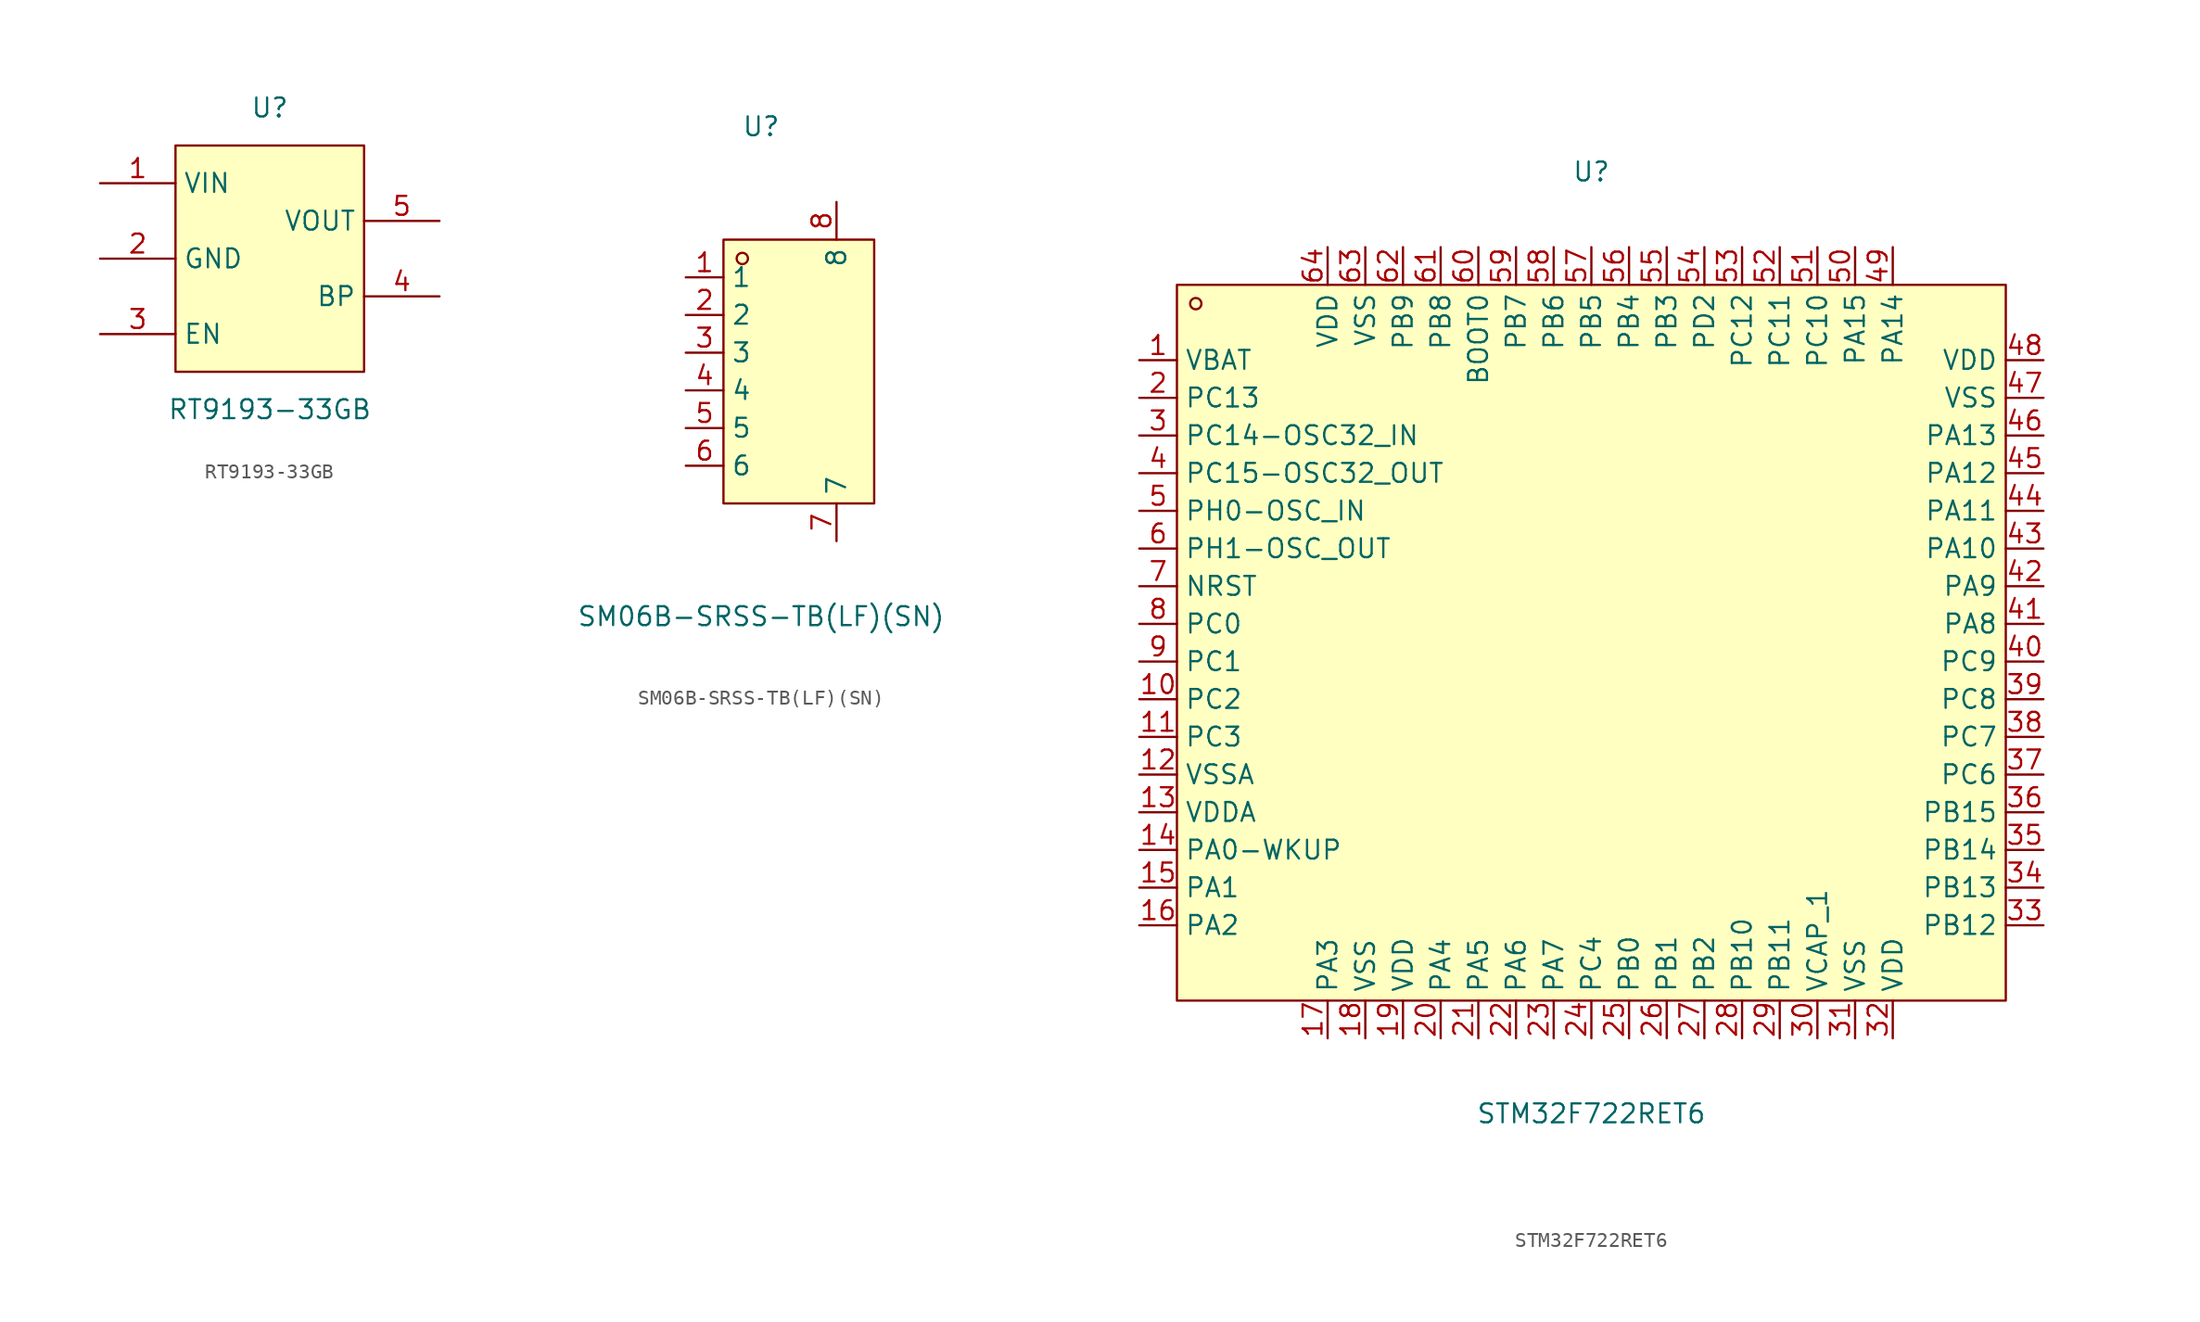
<source format=kicad_sym>
(kicad_symbol_lib
  (version 20241209)
  (generator "kicad_symbol_editor")
  (generator_version "9.0")
  (symbol "RT9193-33GB"
    (property "Reference" "U"
      (at 0 10.16 0)
      (effects (font (size 1.27 1.27))))
    (property "Value" "RT9193-33GB"
      (at 0 -10.16 0)
      (effects (font (size 1.27 1.27))))
    (symbol "RT9193-33GB_0_1"
      (rectangle (start -6.35 7.62) (end 6.35 -7.62) (stroke (width 0) (type default)) (fill (type background)))
      (pin unspecified line (at -11.43 5.08 0) (length 5.08) (name "VIN" (effects (font (size 1.27 1.27)))) (number "1" (effects (font (size 1.27 1.27)))))
      (pin unspecified line (at -11.43 0 0) (length 5.08) (name "GND" (effects (font (size 1.27 1.27)))) (number "2" (effects (font (size 1.27 1.27)))))
      (pin unspecified line (at -11.43 -5.08 0) (length 5.08) (name "EN" (effects (font (size 1.27 1.27)))) (number "3" (effects (font (size 1.27 1.27)))))
      (pin unspecified line (at 11.43 2.54 180) (length 5.08) (name "VOUT" (effects (font (size 1.27 1.27)))) (number "5" (effects (font (size 1.27 1.27)))))
      (pin unspecified line (at 11.43 -2.54 180) (length 5.08) (name "BP" (effects (font (size 1.27 1.27)))) (number "4" (effects (font (size 1.27 1.27)))))))
  (symbol "SM06B-SRSS-TB(LF)(SN)"
    (property "Reference" "U"
      (at 0 17.78 0)
      (effects (font (size 1.27 1.27))))
    (property "Value" "SM06B-SRSS-TB(LF)(SN)"
      (at 0 -15.24 0)
      (effects (font (size 1.27 1.27))))
    (symbol "SM06B-SRSS-TB(LF)(SN)_0_1"
      (rectangle (start -2.54 10.16) (end 7.62 -7.62) (stroke (width 0) (type default)) (fill (type background)))
      (circle (center -1.27 8.89) (radius 0.38) (stroke (width 0) (type default)) (fill (type none)))
      (pin unspecified line (at -5.08 7.62 0) (length 2.54) (name "1" (effects (font (size 1.27 1.27)))) (number "1" (effects (font (size 1.27 1.27)))))
      (pin unspecified line (at -5.08 5.08 0) (length 2.54) (name "2" (effects (font (size 1.27 1.27)))) (number "2" (effects (font (size 1.27 1.27)))))
      (pin unspecified line (at -5.08 2.54 0) (length 2.54) (name "3" (effects (font (size 1.27 1.27)))) (number "3" (effects (font (size 1.27 1.27)))))
      (pin unspecified line (at -5.08 0 0) (length 2.54) (name "4" (effects (font (size 1.27 1.27)))) (number "4" (effects (font (size 1.27 1.27)))))
      (pin unspecified line (at -5.08 -2.54 0) (length 2.54) (name "5" (effects (font (size 1.27 1.27)))) (number "5" (effects (font (size 1.27 1.27)))))
      (pin unspecified line (at -5.08 -5.08 0) (length 2.54) (name "6" (effects (font (size 1.27 1.27)))) (number "6" (effects (font (size 1.27 1.27)))))
      (pin unspecified line (at 5.08 12.7 270) (length 2.54) (name "8" (effects (font (size 1.27 1.27)))) (number "8" (effects (font (size 1.27 1.27)))))
      (pin unspecified line (at 5.08 -10.16 90) (length 2.54) (name "7" (effects (font (size 1.27 1.27)))) (number "7" (effects (font (size 1.27 1.27)))))))
  (symbol "STM32F722RET6"
    (property "Reference" "U"
      (at 0 33.02 0)
      (effects (font (size 1.27 1.27))))
    (property "Value" "STM32F722RET6"
      (at 0 -30.48 0)
      (effects (font (size 1.27 1.27))))
    (symbol "STM32F722RET6_0_1"
      (rectangle (start -27.94 25.4) (end 27.94 -22.86) (stroke (width 0) (type default)) (fill (type background)))
      (circle (center -26.67 24.13) (radius 0.38) (stroke (width 0) (type default)) (fill (type none)))
      (pin unspecified line (at -30.48 20.32 0) (length 2.54) (name "VBAT" (effects (font (size 1.27 1.27)))) (number "1" (effects (font (size 1.27 1.27)))))
      (pin unspecified line (at -30.48 17.78 0) (length 2.54) (name "PC13" (effects (font (size 1.27 1.27)))) (number "2" (effects (font (size 1.27 1.27)))))
      (pin unspecified line (at -30.48 15.24 0) (length 2.54) (name "PC14-OSC32_IN" (effects (font (size 1.27 1.27)))) (number "3" (effects (font (size 1.27 1.27)))))
      (pin unspecified line (at -30.48 12.7 0) (length 2.54) (name "PC15-OSC32_OUT" (effects (font (size 1.27 1.27)))) (number "4" (effects (font (size 1.27 1.27)))))
      (pin unspecified line (at -30.48 10.16 0) (length 2.54) (name "PH0-OSC_IN" (effects (font (size 1.27 1.27)))) (number "5" (effects (font (size 1.27 1.27)))))
      (pin unspecified line (at -30.48 7.62 0) (length 2.54) (name "PH1-OSC_OUT" (effects (font (size 1.27 1.27)))) (number "6" (effects (font (size 1.27 1.27)))))
      (pin unspecified line (at -30.48 5.08 0) (length 2.54) (name "NRST" (effects (font (size 1.27 1.27)))) (number "7" (effects (font (size 1.27 1.27)))))
      (pin unspecified line (at -30.48 2.54 0) (length 2.54) (name "PC0" (effects (font (size 1.27 1.27)))) (number "8" (effects (font (size 1.27 1.27)))))
      (pin unspecified line (at -30.48 0 0) (length 2.54) (name "PC1" (effects (font (size 1.27 1.27)))) (number "9" (effects (font (size 1.27 1.27)))))
      (pin unspecified line (at -30.48 -2.54 0) (length 2.54) (name "PC2" (effects (font (size 1.27 1.27)))) (number "10" (effects (font (size 1.27 1.27)))))
      (pin unspecified line (at -30.48 -5.08 0) (length 2.54) (name "PC3" (effects (font (size 1.27 1.27)))) (number "11" (effects (font (size 1.27 1.27)))))
      (pin unspecified line (at -30.48 -7.62 0) (length 2.54) (name "VSSA" (effects (font (size 1.27 1.27)))) (number "12" (effects (font (size 1.27 1.27)))))
      (pin unspecified line (at -30.48 -10.16 0) (length 2.54) (name "VDDA" (effects (font (size 1.27 1.27)))) (number "13" (effects (font (size 1.27 1.27)))))
      (pin unspecified line (at -30.48 -12.7 0) (length 2.54) (name "PA0-WKUP" (effects (font (size 1.27 1.27)))) (number "14" (effects (font (size 1.27 1.27)))))
      (pin unspecified line (at -30.48 -15.24 0) (length 2.54) (name "PA1" (effects (font (size 1.27 1.27)))) (number "15" (effects (font (size 1.27 1.27)))))
      (pin unspecified line (at -30.48 -17.78 0) (length 2.54) (name "PA2" (effects (font (size 1.27 1.27)))) (number "16" (effects (font (size 1.27 1.27)))))
      (pin unspecified line (at -17.78 27.94 270) (length 2.54) (name "VDD" (effects (font (size 1.27 1.27)))) (number "64" (effects (font (size 1.27 1.27)))))
      (pin unspecified line (at -17.78 -25.4 90) (length 2.54) (name "PA3" (effects (font (size 1.27 1.27)))) (number "17" (effects (font (size 1.27 1.27)))))
      (pin unspecified line (at -15.24 27.94 270) (length 2.54) (name "VSS" (effects (font (size 1.27 1.27)))) (number "63" (effects (font (size 1.27 1.27)))))
      (pin unspecified line (at -15.24 -25.4 90) (length 2.54) (name "VSS" (effects (font (size 1.27 1.27)))) (number "18" (effects (font (size 1.27 1.27)))))
      (pin unspecified line (at -12.7 27.94 270) (length 2.54) (name "PB9" (effects (font (size 1.27 1.27)))) (number "62" (effects (font (size 1.27 1.27)))))
      (pin unspecified line (at -12.7 -25.4 90) (length 2.54) (name "VDD" (effects (font (size 1.27 1.27)))) (number "19" (effects (font (size 1.27 1.27)))))
      (pin unspecified line (at -10.16 27.94 270) (length 2.54) (name "PB8" (effects (font (size 1.27 1.27)))) (number "61" (effects (font (size 1.27 1.27)))))
      (pin unspecified line (at -10.16 -25.4 90) (length 2.54) (name "PA4" (effects (font (size 1.27 1.27)))) (number "20" (effects (font (size 1.27 1.27)))))
      (pin unspecified line (at -7.62 27.94 270) (length 2.54) (name "BOOT0" (effects (font (size 1.27 1.27)))) (number "60" (effects (font (size 1.27 1.27)))))
      (pin unspecified line (at -7.62 -25.4 90) (length 2.54) (name "PA5" (effects (font (size 1.27 1.27)))) (number "21" (effects (font (size 1.27 1.27)))))
      (pin unspecified line (at -5.08 27.94 270) (length 2.54) (name "PB7" (effects (font (size 1.27 1.27)))) (number "59" (effects (font (size 1.27 1.27)))))
      (pin unspecified line (at -5.08 -25.4 90) (length 2.54) (name "PA6" (effects (font (size 1.27 1.27)))) (number "22" (effects (font (size 1.27 1.27)))))
      (pin unspecified line (at -2.54 27.94 270) (length 2.54) (name "PB6" (effects (font (size 1.27 1.27)))) (number "58" (effects (font (size 1.27 1.27)))))
      (pin unspecified line (at -2.54 -25.4 90) (length 2.54) (name "PA7" (effects (font (size 1.27 1.27)))) (number "23" (effects (font (size 1.27 1.27)))))
      (pin unspecified line (at 0 27.94 270) (length 2.54) (name "PB5" (effects (font (size 1.27 1.27)))) (number "57" (effects (font (size 1.27 1.27)))))
      (pin unspecified line (at 0 -25.4 90) (length 2.54) (name "PC4" (effects (font (size 1.27 1.27)))) (number "24" (effects (font (size 1.27 1.27)))))
      (pin unspecified line (at 2.54 27.94 270) (length 2.54) (name "PB4" (effects (font (size 1.27 1.27)))) (number "56" (effects (font (size 1.27 1.27)))))
      (pin unspecified line (at 2.54 -25.4 90) (length 2.54) (name "PB0" (effects (font (size 1.27 1.27)))) (number "25" (effects (font (size 1.27 1.27)))))
      (pin unspecified line (at 5.08 27.94 270) (length 2.54) (name "PB3" (effects (font (size 1.27 1.27)))) (number "55" (effects (font (size 1.27 1.27)))))
      (pin unspecified line (at 5.08 -25.4 90) (length 2.54) (name "PB1" (effects (font (size 1.27 1.27)))) (number "26" (effects (font (size 1.27 1.27)))))
      (pin unspecified line (at 7.62 27.94 270) (length 2.54) (name "PD2" (effects (font (size 1.27 1.27)))) (number "54" (effects (font (size 1.27 1.27)))))
      (pin unspecified line (at 7.62 -25.4 90) (length 2.54) (name "PB2" (effects (font (size 1.27 1.27)))) (number "27" (effects (font (size 1.27 1.27)))))
      (pin unspecified line (at 10.16 27.94 270) (length 2.54) (name "PC12" (effects (font (size 1.27 1.27)))) (number "53" (effects (font (size 1.27 1.27)))))
      (pin unspecified line (at 10.16 -25.4 90) (length 2.54) (name "PB10" (effects (font (size 1.27 1.27)))) (number "28" (effects (font (size 1.27 1.27)))))
      (pin unspecified line (at 12.7 27.94 270) (length 2.54) (name "PC11" (effects (font (size 1.27 1.27)))) (number "52" (effects (font (size 1.27 1.27)))))
      (pin unspecified line (at 12.7 -25.4 90) (length 2.54) (name "PB11" (effects (font (size 1.27 1.27)))) (number "29" (effects (font (size 1.27 1.27)))))
      (pin unspecified line (at 15.24 27.94 270) (length 2.54) (name "PC10" (effects (font (size 1.27 1.27)))) (number "51" (effects (font (size 1.27 1.27)))))
      (pin unspecified line (at 15.24 -25.4 90) (length 2.54) (name "VCAP_1" (effects (font (size 1.27 1.27)))) (number "30" (effects (font (size 1.27 1.27)))))
      (pin unspecified line (at 17.78 27.94 270) (length 2.54) (name "PA15" (effects (font (size 1.27 1.27)))) (number "50" (effects (font (size 1.27 1.27)))))
      (pin unspecified line (at 17.78 -25.4 90) (length 2.54) (name "VSS" (effects (font (size 1.27 1.27)))) (number "31" (effects (font (size 1.27 1.27)))))
      (pin unspecified line (at 20.32 27.94 270) (length 2.54) (name "PA14" (effects (font (size 1.27 1.27)))) (number "49" (effects (font (size 1.27 1.27)))))
      (pin unspecified line (at 20.32 -25.4 90) (length 2.54) (name "VDD" (effects (font (size 1.27 1.27)))) (number "32" (effects (font (size 1.27 1.27)))))
      (pin unspecified line (at 30.48 20.32 180) (length 2.54) (name "VDD" (effects (font (size 1.27 1.27)))) (number "48" (effects (font (size 1.27 1.27)))))
      (pin unspecified line (at 30.48 17.78 180) (length 2.54) (name "VSS" (effects (font (size 1.27 1.27)))) (number "47" (effects (font (size 1.27 1.27)))))
      (pin unspecified line (at 30.48 15.24 180) (length 2.54) (name "PA13" (effects (font (size 1.27 1.27)))) (number "46" (effects (font (size 1.27 1.27)))))
      (pin unspecified line (at 30.48 12.7 180) (length 2.54) (name "PA12" (effects (font (size 1.27 1.27)))) (number "45" (effects (font (size 1.27 1.27)))))
      (pin unspecified line (at 30.48 10.16 180) (length 2.54) (name "PA11" (effects (font (size 1.27 1.27)))) (number "44" (effects (font (size 1.27 1.27)))))
      (pin unspecified line (at 30.48 7.62 180) (length 2.54) (name "PA10" (effects (font (size 1.27 1.27)))) (number "43" (effects (font (size 1.27 1.27)))))
      (pin unspecified line (at 30.48 5.08 180) (length 2.54) (name "PA9" (effects (font (size 1.27 1.27)))) (number "42" (effects (font (size 1.27 1.27)))))
      (pin unspecified line (at 30.48 2.54 180) (length 2.54) (name "PA8" (effects (font (size 1.27 1.27)))) (number "41" (effects (font (size 1.27 1.27)))))
      (pin unspecified line (at 30.48 0 180) (length 2.54) (name "PC9" (effects (font (size 1.27 1.27)))) (number "40" (effects (font (size 1.27 1.27)))))
      (pin unspecified line (at 30.48 -2.54 180) (length 2.54) (name "PC8" (effects (font (size 1.27 1.27)))) (number "39" (effects (font (size 1.27 1.27)))))
      (pin unspecified line (at 30.48 -5.08 180) (length 2.54) (name "PC7" (effects (font (size 1.27 1.27)))) (number "38" (effects (font (size 1.27 1.27)))))
      (pin unspecified line (at 30.48 -7.62 180) (length 2.54) (name "PC6" (effects (font (size 1.27 1.27)))) (number "37" (effects (font (size 1.27 1.27)))))
      (pin unspecified line (at 30.48 -10.16 180) (length 2.54) (name "PB15" (effects (font (size 1.27 1.27)))) (number "36" (effects (font (size 1.27 1.27)))))
      (pin unspecified line (at 30.48 -12.7 180) (length 2.54) (name "PB14" (effects (font (size 1.27 1.27)))) (number "35" (effects (font (size 1.27 1.27)))))
      (pin unspecified line (at 30.48 -15.24 180) (length 2.54) (name "PB13" (effects (font (size 1.27 1.27)))) (number "34" (effects (font (size 1.27 1.27)))))
      (pin unspecified line (at 30.48 -17.78 180) (length 2.54) (name "PB12" (effects (font (size 1.27 1.27)))) (number "33" (effects (font (size 1.27 1.27))))))))
</source>
